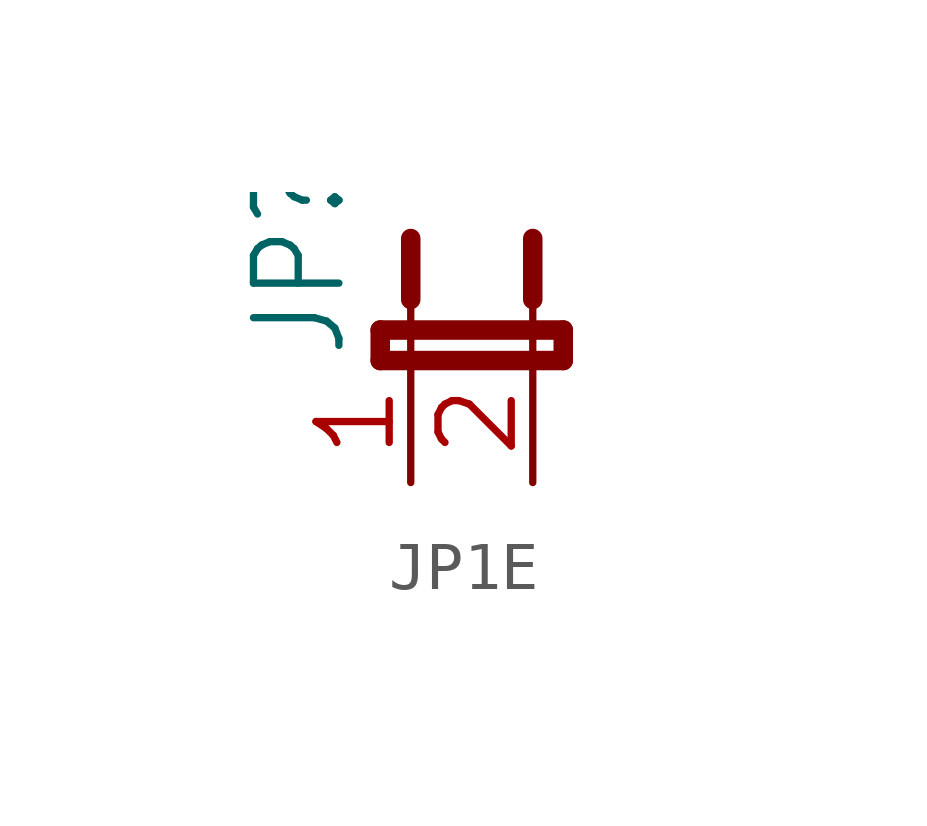
<source format=kicad_sym>
(kicad_symbol_lib
  (version 20241209)
  (generator "kicad_symbol_editor")
  (generator_version "9.0")
  (symbol "JP1E"
    (property "Reference" "JP"
      (at -1.27 0 90)
      (effects (font (size 1.778 1.511)) (justify left bottom)))
    (property "Value" ""
      (at 5.715 0 90)
      (effects (font (size 1.778 1.511)) (justify left bottom)))
    (property "ki_locked" ""
      (at 0 0 0)
      (effects (font (size 1.27 1.27))))
    (symbol "JP1E_1_0"
      (polyline (pts (xy -0.635 0.635) (xy -0.635 0)) (stroke (width 0.406) (type solid)) (fill (type none)))
      (polyline (pts (xy -0.635 0) (xy 3.175 0)) (stroke (width 0.406) (type solid)) (fill (type none)))
      (polyline (pts (xy 0 2.54) (xy 0 1.27)) (stroke (width 0.406) (type solid)) (fill (type none)))
      (polyline (pts (xy 0 0) (xy 0 1.27)) (stroke (width 0.152) (type solid)) (fill (type none)))
      (polyline (pts (xy 2.54 2.54) (xy 2.54 1.27)) (stroke (width 0.406) (type solid)) (fill (type none)))
      (polyline (pts (xy 2.54 0) (xy 2.54 1.27)) (stroke (width 0.152) (type solid)) (fill (type none)))
      (polyline (pts (xy 3.175 0.635) (xy -0.635 0.635)) (stroke (width 0.406) (type solid)) (fill (type none)))
      (polyline (pts (xy 3.175 0) (xy 3.175 0.635)) (stroke (width 0.406) (type solid)) (fill (type none)))
      (pin passive line (at 0 -2.54 90) (length 2.54) (name "1" (effects (font (size 0 0)))) (number "1" (effects (font (size 1.524 1.524)))))
      (pin passive line (at 2.54 -2.54 90) (length 2.54) (name "2" (effects (font (size 0 0)))) (number "2" (effects (font (size 1.524 1.524))))))))
</source>
